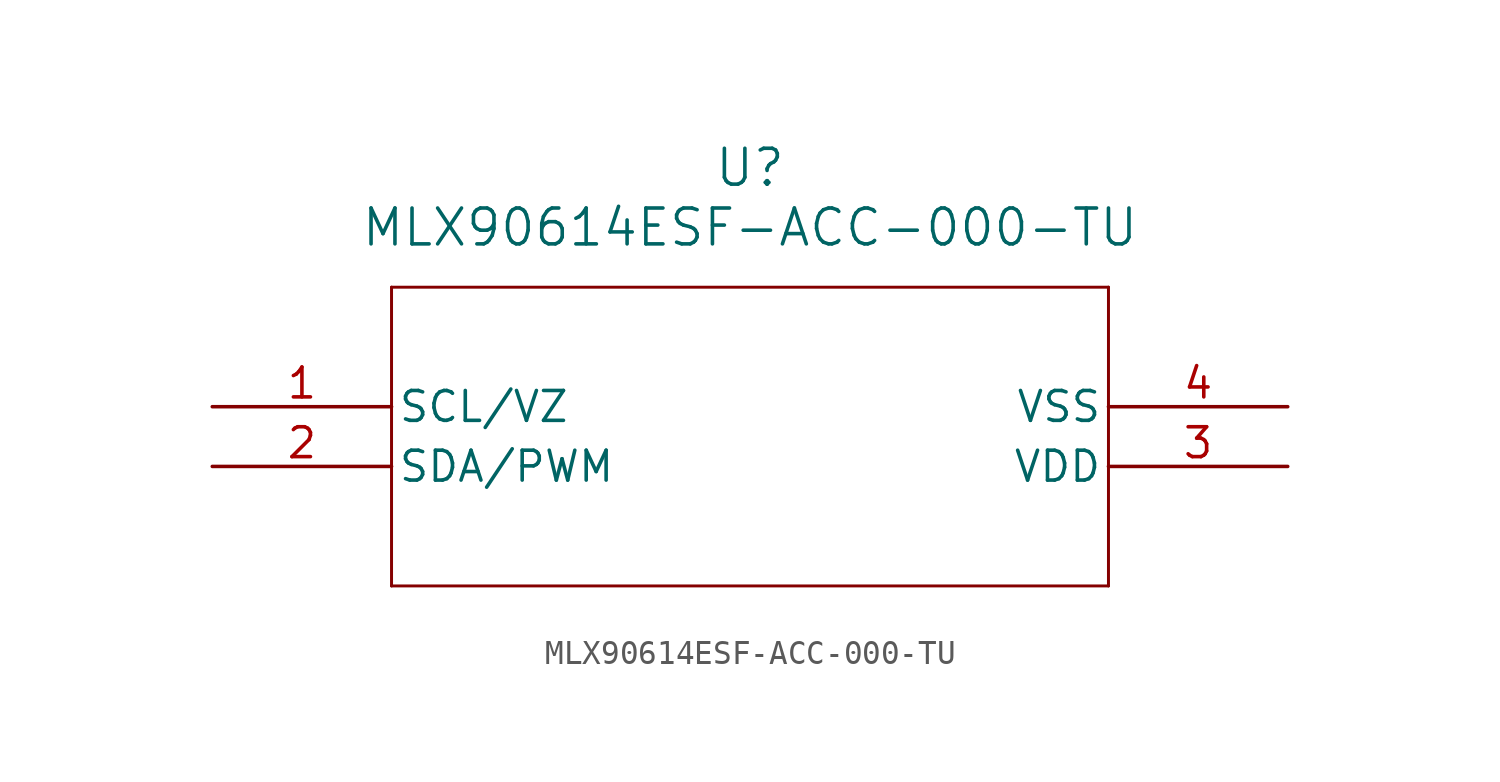
<source format=kicad_sym>
(kicad_symbol_lib
  (version 20211014)
  (generator kicad_symbol_editor)
  (symbol "MLX90614ESF-ACC-000-TU"
    (pin_names
      (offset 0.254))
    (property "Reference" "U"
      (at 22.86 10.16 0)
      (effects (font (size 1.524 1.524))))
    (property "Value" "MLX90614ESF-ACC-000-TU"
      (at 22.86 7.62 0)
      (effects (font (size 1.524 1.524))))
    (symbol "MLX90614ESF-ACC-000-TU_0_1"
      (polyline (pts (xy 7.62 5.08) (xy 7.62 -7.62)) (stroke (width 0.127) (type default) (color 0 0 0 0)) (fill (type none)))
      (polyline (pts (xy 7.62 -7.62) (xy 38.1 -7.62)) (stroke (width 0.127) (type default) (color 0 0 0 0)) (fill (type none)))
      (polyline (pts (xy 38.1 -7.62) (xy 38.1 5.08)) (stroke (width 0.127) (type default) (color 0 0 0 0)) (fill (type none)))
      (polyline (pts (xy 38.1 5.08) (xy 7.62 5.08)) (stroke (width 0.127) (type default) (color 0 0 0 0)) (fill (type none)))
      (pin input line (at 0 0 0) (length 7.62) (name "SCL/VZ" (effects (font (size 1.27 1.27)))) (number "1" (effects (font (size 1.27 1.27)))))
      (pin bidirectional line (at 0 -2.54 0) (length 7.62) (name "SDA/PWM" (effects (font (size 1.27 1.27)))) (number "2" (effects (font (size 1.27 1.27)))))
      (pin power_in line (at 45.72 -2.54 180) (length 7.62) (name "VDD" (effects (font (size 1.27 1.27)))) (number "3" (effects (font (size 1.27 1.27)))))
      (pin power_out line (at 45.72 0 180) (length 7.62) (name "VSS" (effects (font (size 1.27 1.27)))) (number "4" (effects (font (size 1.27 1.27))))))))
</source>
